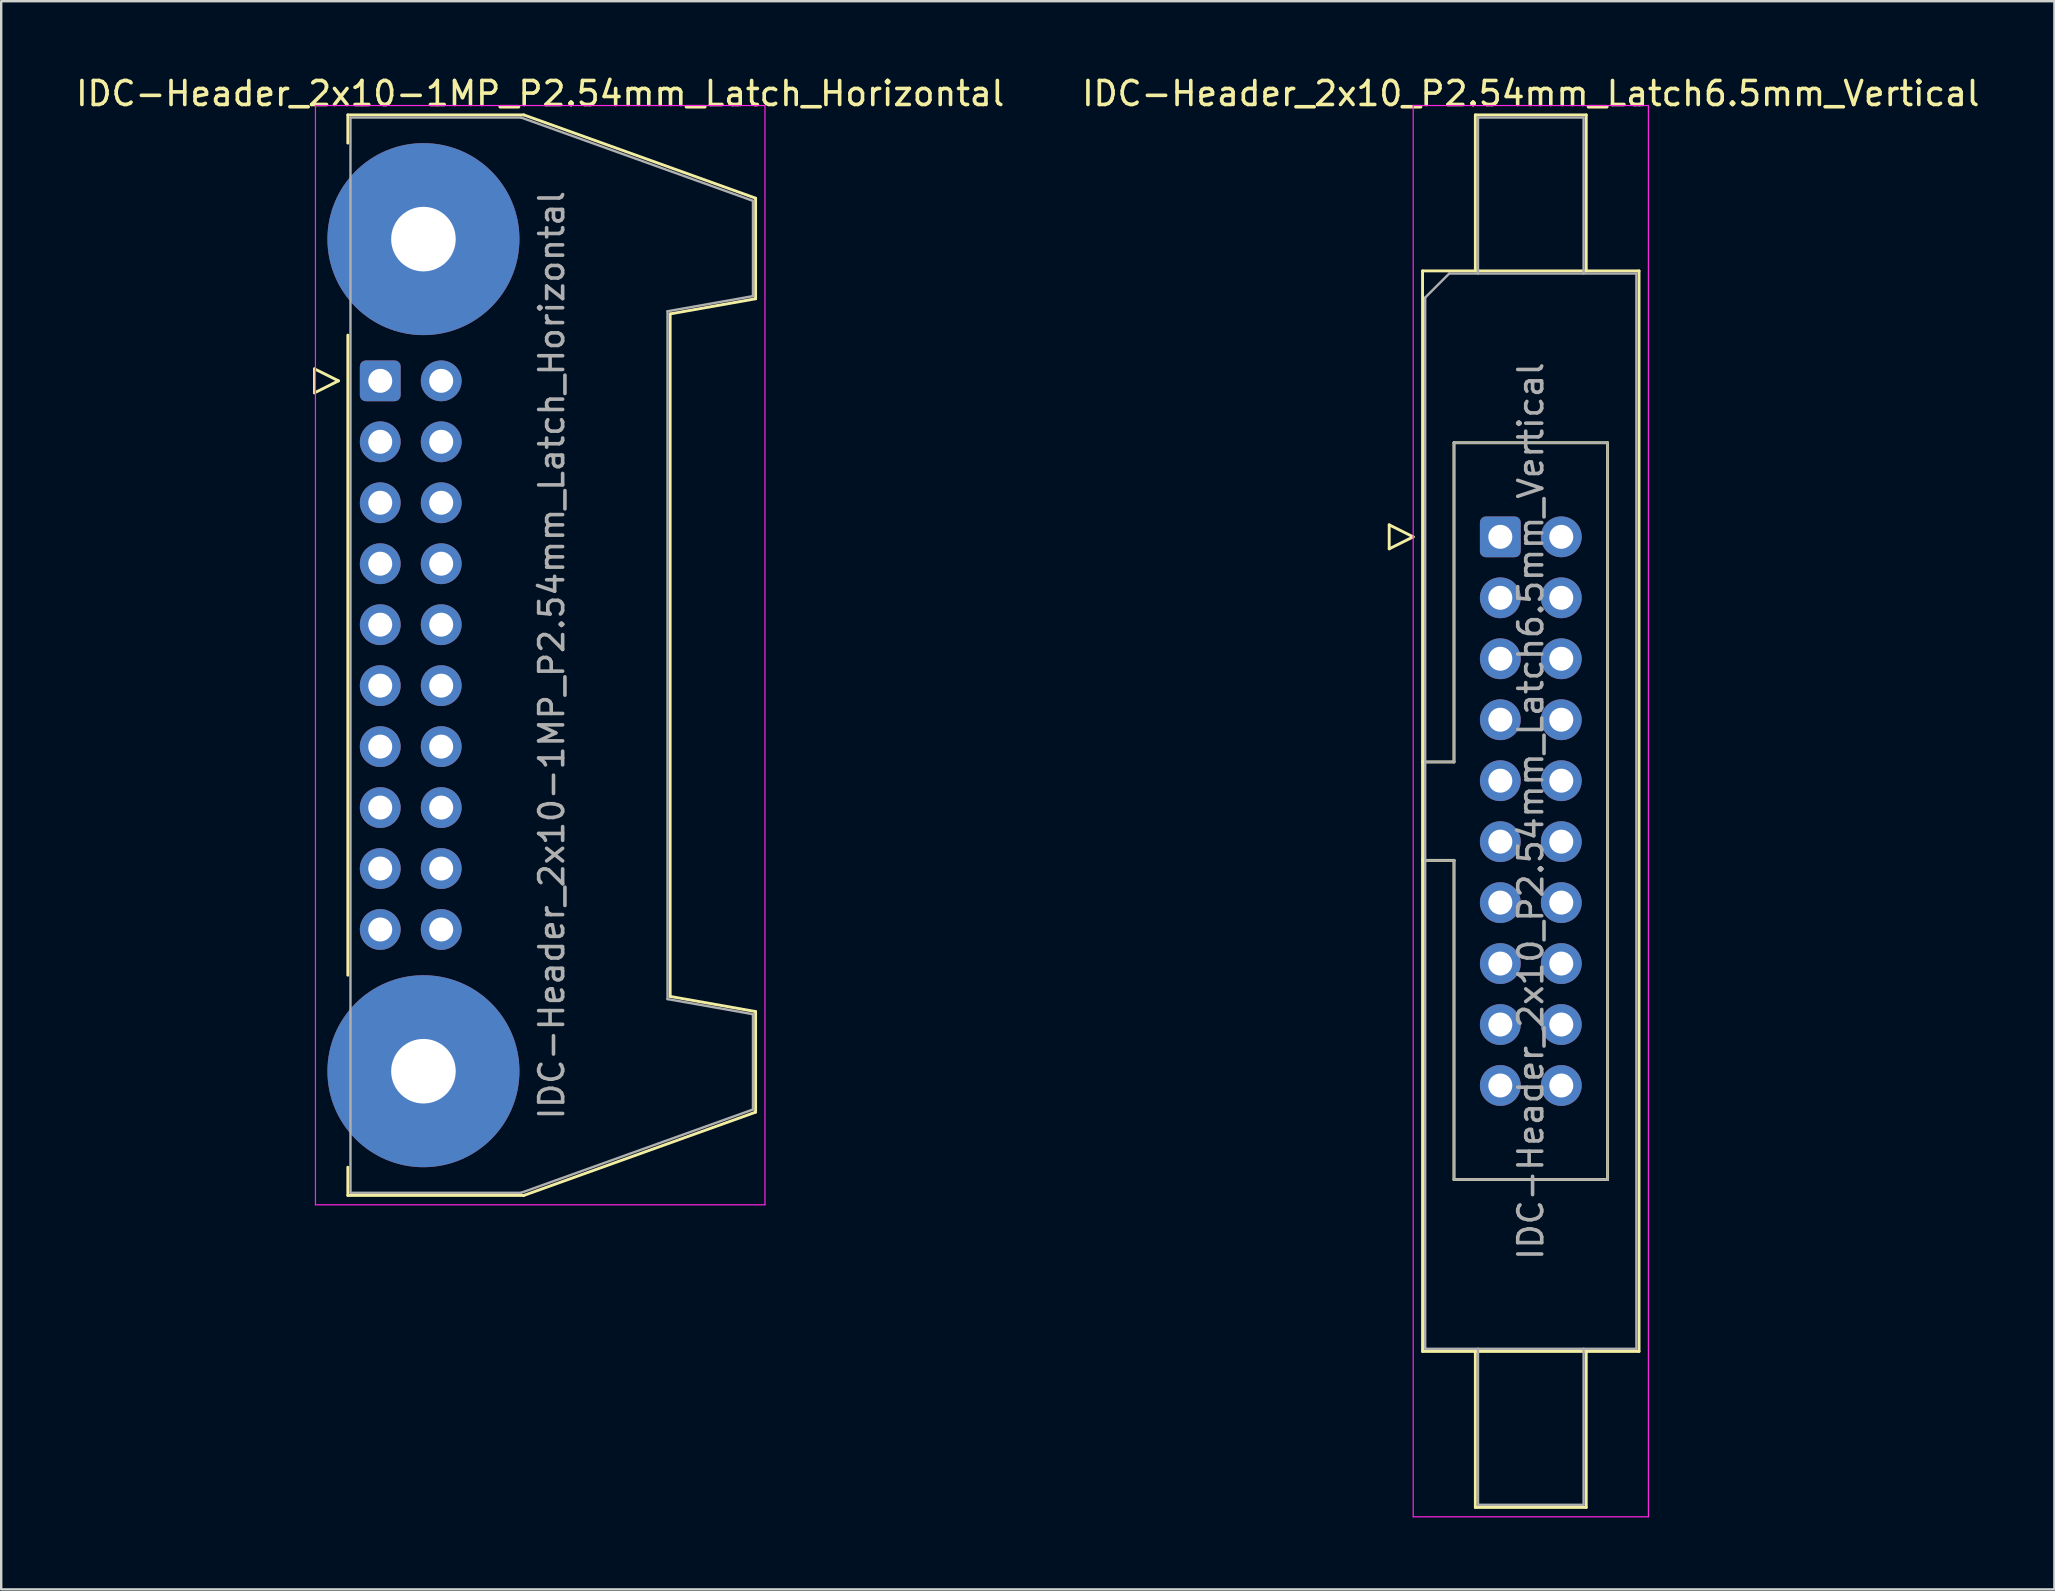
<source format=kicad_pcb>
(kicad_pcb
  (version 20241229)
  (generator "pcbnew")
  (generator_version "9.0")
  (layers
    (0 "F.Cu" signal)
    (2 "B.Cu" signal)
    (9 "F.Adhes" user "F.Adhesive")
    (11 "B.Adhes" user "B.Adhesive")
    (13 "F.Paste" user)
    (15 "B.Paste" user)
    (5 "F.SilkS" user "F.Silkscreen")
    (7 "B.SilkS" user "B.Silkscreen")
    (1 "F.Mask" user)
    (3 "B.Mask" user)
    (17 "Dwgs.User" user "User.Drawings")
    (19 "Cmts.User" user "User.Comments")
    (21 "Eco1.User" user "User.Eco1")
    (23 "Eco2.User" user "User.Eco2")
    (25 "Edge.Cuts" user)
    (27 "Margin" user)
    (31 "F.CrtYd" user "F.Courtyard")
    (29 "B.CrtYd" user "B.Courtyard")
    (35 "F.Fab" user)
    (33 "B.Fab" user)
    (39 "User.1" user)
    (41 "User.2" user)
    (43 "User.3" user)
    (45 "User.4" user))
  (footprint "IDC-Header_2x10_P2.54mm_Latch6.5mm_Vertical"
    (layer "F.Cu")
    (at 59.462 19.318)
    (property "Reference" "IDC-Header_2x10_P2.54mm_Latch6.5mm_Vertical" (at 1.27 -18.47 0) (layer "F.SilkS") (effects (font (size 1 1) (thickness 0.15))))
    (attr through_hole)
    (fp_line (start -4.63 -0.5) (end -4.63 0.5) (stroke (width 0.12) (type solid)) (layer "F.SilkS"))
    (fp_line (start -4.63 0.5) (end -3.63 0) (stroke (width 0.12) (type solid)) (layer "F.SilkS"))
    (fp_line (start -3.63 0) (end -4.63 -0.5) (stroke (width 0.12) (type solid)) (layer "F.SilkS"))
    (fp_line (start -3.24 -11.08) (end 5.78 -11.08) (stroke (width 0.12) (type solid)) (layer "F.SilkS"))
    (fp_line (start -3.24 9.38) (end -1.93 9.38) (stroke (width 0.12) (type solid)) (layer "F.SilkS"))
    (fp_line (start -3.24 33.94) (end -3.24 -11.08) (stroke (width 0.12) (type solid)) (layer "F.SilkS"))
    (fp_line (start -1.93 -3.92) (end 4.47 -3.92) (stroke (width 0.12) (type solid)) (layer "F.SilkS"))
    (fp_line (start -1.93 9.38) (end -1.93 -3.92) (stroke (width 0.12) (type solid)) (layer "F.SilkS"))
    (fp_line (start -1.93 13.48) (end -3.24 13.48) (stroke (width 0.12) (type solid)) (layer "F.SilkS"))
    (fp_line (start -1.93 13.48) (end -1.93 13.48) (stroke (width 0.12) (type solid)) (layer "F.SilkS"))
    (fp_line (start -1.93 26.78) (end -1.93 13.48) (stroke (width 0.12) (type solid)) (layer "F.SilkS"))
    (fp_line (start -1.04 -17.58) (end 3.58 -17.58) (stroke (width 0.12) (type solid)) (layer "F.SilkS"))
    (fp_line (start -1.04 -11.08) (end -1.04 -17.58) (stroke (width 0.12) (type solid)) (layer "F.SilkS"))
    (fp_line (start -1.04 33.94) (end -1.04 40.44) (stroke (width 0.12) (type solid)) (layer "F.SilkS"))
    (fp_line (start -1.04 40.44) (end 3.58 40.44) (stroke (width 0.12) (type solid)) (layer "F.SilkS"))
    (fp_line (start 3.58 -17.58) (end 3.58 -11.08) (stroke (width 0.12) (type solid)) (layer "F.SilkS"))
    (fp_line (start 3.58 40.44) (end 3.58 33.94) (stroke (width 0.12) (type solid)) (layer "F.SilkS"))
    (fp_line (start 4.47 -3.92) (end 4.47 26.78) (stroke (width 0.12) (type solid)) (layer "F.SilkS"))
    (fp_line (start 4.47 26.78) (end -1.93 26.78) (stroke (width 0.12) (type solid)) (layer "F.SilkS"))
    (fp_line (start 5.78 -11.08) (end 5.78 33.94) (stroke (width 0.12) (type solid)) (layer "F.SilkS"))
    (fp_line (start 5.78 33.94) (end -3.24 33.94) (stroke (width 0.12) (type solid)) (layer "F.SilkS"))
    (fp_line (start -3.63 -17.97) (end -3.63 40.83) (stroke (width 0.05) (type solid)) (layer "F.CrtYd"))
    (fp_line (start -3.63 40.83) (end 6.17 40.83) (stroke (width 0.05) (type solid)) (layer "F.CrtYd"))
    (fp_line (start 6.17 -17.97) (end -3.63 -17.97) (stroke (width 0.05) (type solid)) (layer "F.CrtYd"))
    (fp_line (start 6.17 40.83) (end 6.17 -17.97) (stroke (width 0.05) (type solid)) (layer "F.CrtYd"))
    (fp_line (start -3.13 -9.97) (end -2.13 -10.97) (stroke (width 0.1) (type solid)) (layer "F.Fab"))
    (fp_line (start -3.13 9.38) (end -1.93 9.38) (stroke (width 0.1) (type solid)) (layer "F.Fab"))
    (fp_line (start -3.13 33.83) (end -3.13 -9.97) (stroke (width 0.1) (type solid)) (layer "F.Fab"))
    (fp_line (start -2.13 -10.97) (end 5.67 -10.97) (stroke (width 0.1) (type solid)) (layer "F.Fab"))
    (fp_line (start -1.93 -3.92) (end 4.47 -3.92) (stroke (width 0.1) (type solid)) (layer "F.Fab"))
    (fp_line (start -1.93 9.38) (end -1.93 -3.92) (stroke (width 0.1) (type solid)) (layer "F.Fab"))
    (fp_line (start -1.93 13.48) (end -3.13 13.48) (stroke (width 0.1) (type solid)) (layer "F.Fab"))
    (fp_line (start -1.93 13.48) (end -1.93 13.48) (stroke (width 0.1) (type solid)) (layer "F.Fab"))
    (fp_line (start -1.93 26.78) (end -1.93 13.48) (stroke (width 0.1) (type solid)) (layer "F.Fab"))
    (fp_line (start -0.93 -17.47) (end 3.47 -17.47) (stroke (width 0.1) (type solid)) (layer "F.Fab"))
    (fp_line (start -0.93 -10.97) (end -0.93 -17.47) (stroke (width 0.1) (type solid)) (layer "F.Fab"))
    (fp_line (start -0.93 33.83) (end -0.93 40.33) (stroke (width 0.1) (type solid)) (layer "F.Fab"))
    (fp_line (start -0.93 40.33) (end 3.47 40.33) (stroke (width 0.1) (type solid)) (layer "F.Fab"))
    (fp_line (start 3.47 -17.47) (end 3.47 -10.97) (stroke (width 0.1) (type solid)) (layer "F.Fab"))
    (fp_line (start 3.47 40.33) (end 3.47 33.83) (stroke (width 0.1) (type solid)) (layer "F.Fab"))
    (fp_line (start 4.47 -3.92) (end 4.47 26.78) (stroke (width 0.1) (type solid)) (layer "F.Fab"))
    (fp_line (start 4.47 26.78) (end -1.93 26.78) (stroke (width 0.1) (type solid)) (layer "F.Fab"))
    (fp_line (start 5.67 -10.97) (end 5.67 33.83) (stroke (width 0.1) (type solid)) (layer "F.Fab"))
    (fp_line (start 5.67 33.83) (end -3.13 33.83) (stroke (width 0.1) (type solid)) (layer "F.Fab"))
    (fp_text user "${REFERENCE}" (at 1.27 11.43 90) (layer "F.Fab") (effects (font (size 1 1) (thickness 0.15))))
    (pad "1" thru_hole roundrect (at 0 0) (size 1.7 1.7) (drill 1) (layers "*.Cu" "*.Mask") (roundrect_rratio 0.147))
    (pad "2" thru_hole circle (at 2.54 0) (size 1.7 1.7) (drill 1) (layers "*.Cu" "*.Mask"))
    (pad "3" thru_hole circle (at 0 2.54) (size 1.7 1.7) (drill 1) (layers "*.Cu" "*.Mask"))
    (pad "4" thru_hole circle (at 2.54 2.54) (size 1.7 1.7) (drill 1) (layers "*.Cu" "*.Mask"))
    (pad "5" thru_hole circle (at 0 5.08) (size 1.7 1.7) (drill 1) (layers "*.Cu" "*.Mask"))
    (pad "6" thru_hole circle (at 2.54 5.08) (size 1.7 1.7) (drill 1) (layers "*.Cu" "*.Mask"))
    (pad "7" thru_hole circle (at 0 7.62) (size 1.7 1.7) (drill 1) (layers "*.Cu" "*.Mask"))
    (pad "8" thru_hole circle (at 2.54 7.62) (size 1.7 1.7) (drill 1) (layers "*.Cu" "*.Mask"))
    (pad "9" thru_hole circle (at 0 10.16) (size 1.7 1.7) (drill 1) (layers "*.Cu" "*.Mask"))
    (pad "10" thru_hole circle (at 2.54 10.16) (size 1.7 1.7) (drill 1) (layers "*.Cu" "*.Mask"))
    (pad "11" thru_hole circle (at 0 12.7) (size 1.7 1.7) (drill 1) (layers "*.Cu" "*.Mask"))
    (pad "12" thru_hole circle (at 2.54 12.7) (size 1.7 1.7) (drill 1) (layers "*.Cu" "*.Mask"))
    (pad "13" thru_hole circle (at 0 15.24) (size 1.7 1.7) (drill 1) (layers "*.Cu" "*.Mask"))
    (pad "14" thru_hole circle (at 2.54 15.24) (size 1.7 1.7) (drill 1) (layers "*.Cu" "*.Mask"))
    (pad "15" thru_hole circle (at 0 17.78) (size 1.7 1.7) (drill 1) (layers "*.Cu" "*.Mask"))
    (pad "16" thru_hole circle (at 2.54 17.78) (size 1.7 1.7) (drill 1) (layers "*.Cu" "*.Mask"))
    (pad "17" thru_hole circle (at 0 20.32) (size 1.7 1.7) (drill 1) (layers "*.Cu" "*.Mask"))
    (pad "18" thru_hole circle (at 2.54 20.32) (size 1.7 1.7) (drill 1) (layers "*.Cu" "*.Mask"))
    (pad "19" thru_hole circle (at 0 22.86) (size 1.7 1.7) (drill 1) (layers "*.Cu" "*.Mask"))
    (pad "20" thru_hole circle (at 2.54 22.86) (size 1.7 1.7) (drill 1) (layers "*.Cu" "*.Mask")))
  (footprint "IDC-Header_2x10-1MP_P2.54mm_Latch_Horizontal"
    (layer "F.Cu")
    (at 12.793 12.818)
    (property "Reference" "IDC-Header_2x10-1MP_P2.54mm_Latch_Horizontal" (at 6.665 -11.97 0) (layer "F.SilkS") (effects (font (size 1 1) (thickness 0.15))))
    (attr through_hole)
    (fp_line (start -2.74 -0.5) (end -2.74 0.5) (stroke (width 0.12) (type solid)) (layer "F.SilkS"))
    (fp_line (start -2.74 0.5) (end -1.74 0) (stroke (width 0.12) (type solid)) (layer "F.SilkS"))
    (fp_line (start -1.74 0) (end -2.74 -0.5) (stroke (width 0.12) (type solid)) (layer "F.SilkS"))
    (fp_line (start -1.35 -11.08) (end -1.35 -9.905) (stroke (width 0.12) (type solid)) (layer "F.SilkS"))
    (fp_line (start -1.35 -11.08) (end 5.98 -11.08) (stroke (width 0.12) (type solid)) (layer "F.SilkS"))
    (fp_line (start -1.35 -1.905) (end -1.35 24.765) (stroke (width 0.12) (type solid)) (layer "F.SilkS"))
    (fp_line (start -1.35 32.765) (end -1.35 33.94) (stroke (width 0.12) (type solid)) (layer "F.SilkS"))
    (fp_line (start 5.98 -11.08) (end 15.64 -7.61) (stroke (width 0.12) (type solid)) (layer "F.SilkS"))
    (fp_line (start 5.98 33.94) (end -1.35 33.94) (stroke (width 0.12) (type solid)) (layer "F.SilkS"))
    (fp_line (start 12.08 -2.79) (end 12.08 25.65) (stroke (width 0.12) (type solid)) (layer "F.SilkS"))
    (fp_line (start 12.08 25.65) (end 15.64 26.28) (stroke (width 0.12) (type solid)) (layer "F.SilkS"))
    (fp_line (start 15.64 -7.61) (end 15.64 -3.42) (stroke (width 0.12) (type solid)) (layer "F.SilkS"))
    (fp_line (start 15.64 -3.42) (end 12.08 -2.79) (stroke (width 0.12) (type solid)) (layer "F.SilkS"))
    (fp_line (start 15.64 26.28) (end 15.64 30.47) (stroke (width 0.12) (type solid)) (layer "F.SilkS"))
    (fp_line (start 15.64 30.47) (end 5.98 33.94) (stroke (width 0.12) (type solid)) (layer "F.SilkS"))
    (fp_line (start -2.7 -11.47) (end -2.7 34.33) (stroke (width 0.05) (type solid)) (layer "F.CrtYd"))
    (fp_line (start -2.7 34.33) (end 16.03 34.33) (stroke (width 0.05) (type solid)) (layer "F.CrtYd"))
    (fp_line (start 16.03 -11.47) (end -2.7 -11.47) (stroke (width 0.05) (type solid)) (layer "F.CrtYd"))
    (fp_line (start 16.03 34.33) (end 16.03 -11.47) (stroke (width 0.05) (type solid)) (layer "F.CrtYd"))
    (fp_line (start -1.24 -10.97) (end 5.87 -10.97) (stroke (width 0.1) (type solid)) (layer "F.Fab"))
    (fp_line (start -1.24 33.83) (end -1.24 -10.97) (stroke (width 0.1) (type solid)) (layer "F.Fab"))
    (fp_line (start 5.87 -10.97) (end 15.53 -7.5) (stroke (width 0.1) (type solid)) (layer "F.Fab"))
    (fp_line (start 5.87 33.83) (end -1.24 33.83) (stroke (width 0.1) (type solid)) (layer "F.Fab"))
    (fp_line (start 11.97 -2.9) (end 11.97 25.76) (stroke (width 0.1) (type solid)) (layer "F.Fab"))
    (fp_line (start 11.97 25.76) (end 15.53 26.39) (stroke (width 0.1) (type solid)) (layer "F.Fab"))
    (fp_line (start 15.53 -7.5) (end 15.53 -3.53) (stroke (width 0.1) (type solid)) (layer "F.Fab"))
    (fp_line (start 15.53 -3.53) (end 11.97 -2.9) (stroke (width 0.1) (type solid)) (layer "F.Fab"))
    (fp_line (start 15.53 26.39) (end 15.53 30.36) (stroke (width 0.1) (type solid)) (layer "F.Fab"))
    (fp_line (start 15.53 30.36) (end 5.87 33.83) (stroke (width 0.1) (type solid)) (layer "F.Fab"))
    (fp_text user "${REFERENCE}" (at 7.145 11.43 90) (layer "F.Fab") (effects (font (size 1 1) (thickness 0.15))))
    (pad "1" thru_hole roundrect (at 0 0) (size 1.7 1.7) (drill 1) (layers "*.Cu" "*.Mask") (roundrect_rratio 0.147))
    (pad "2" thru_hole circle (at 2.54 0) (size 1.7 1.7) (drill 1) (layers "*.Cu" "*.Mask"))
    (pad "3" thru_hole circle (at 0 2.54) (size 1.7 1.7) (drill 1) (layers "*.Cu" "*.Mask"))
    (pad "4" thru_hole circle (at 2.54 2.54) (size 1.7 1.7) (drill 1) (layers "*.Cu" "*.Mask"))
    (pad "5" thru_hole circle (at 0 5.08) (size 1.7 1.7) (drill 1) (layers "*.Cu" "*.Mask"))
    (pad "6" thru_hole circle (at 2.54 5.08) (size 1.7 1.7) (drill 1) (layers "*.Cu" "*.Mask"))
    (pad "7" thru_hole circle (at 0 7.62) (size 1.7 1.7) (drill 1) (layers "*.Cu" "*.Mask"))
    (pad "8" thru_hole circle (at 2.54 7.62) (size 1.7 1.7) (drill 1) (layers "*.Cu" "*.Mask"))
    (pad "9" thru_hole circle (at 0 10.16) (size 1.7 1.7) (drill 1) (layers "*.Cu" "*.Mask"))
    (pad "10" thru_hole circle (at 2.54 10.16) (size 1.7 1.7) (drill 1) (layers "*.Cu" "*.Mask"))
    (pad "11" thru_hole circle (at 0 12.7) (size 1.7 1.7) (drill 1) (layers "*.Cu" "*.Mask"))
    (pad "12" thru_hole circle (at 2.54 12.7) (size 1.7 1.7) (drill 1) (layers "*.Cu" "*.Mask"))
    (pad "13" thru_hole circle (at 0 15.24) (size 1.7 1.7) (drill 1) (layers "*.Cu" "*.Mask"))
    (pad "14" thru_hole circle (at 2.54 15.24) (size 1.7 1.7) (drill 1) (layers "*.Cu" "*.Mask"))
    (pad "15" thru_hole circle (at 0 17.78) (size 1.7 1.7) (drill 1) (layers "*.Cu" "*.Mask"))
    (pad "16" thru_hole circle (at 2.54 17.78) (size 1.7 1.7) (drill 1) (layers "*.Cu" "*.Mask"))
    (pad "17" thru_hole circle (at 0 20.32) (size 1.7 1.7) (drill 1) (layers "*.Cu" "*.Mask"))
    (pad "18" thru_hole circle (at 2.54 20.32) (size 1.7 1.7) (drill 1) (layers "*.Cu" "*.Mask"))
    (pad "19" thru_hole circle (at 0 22.86) (size 1.7 1.7) (drill 1) (layers "*.Cu" "*.Mask"))
    (pad "20" thru_hole circle (at 2.54 22.86) (size 1.7 1.7) (drill 1) (layers "*.Cu" "*.Mask"))
    (pad "MP" thru_hole circle (at 1.8 -5.905) (size 8 8) (drill 2.69) (layers "*.Cu" "*.Mask"))
    (pad "MP" thru_hole circle (at 1.8 28.765) (size 8 8) (drill 2.69) (layers "*.Cu" "*.Mask")))
  (gr_rect
    (start -3 -3)
    (end 82.548 63.173)
    (stroke (width 0.1) (type default))
    (fill no)
    (layer "Edge.Cuts")))
</source>
